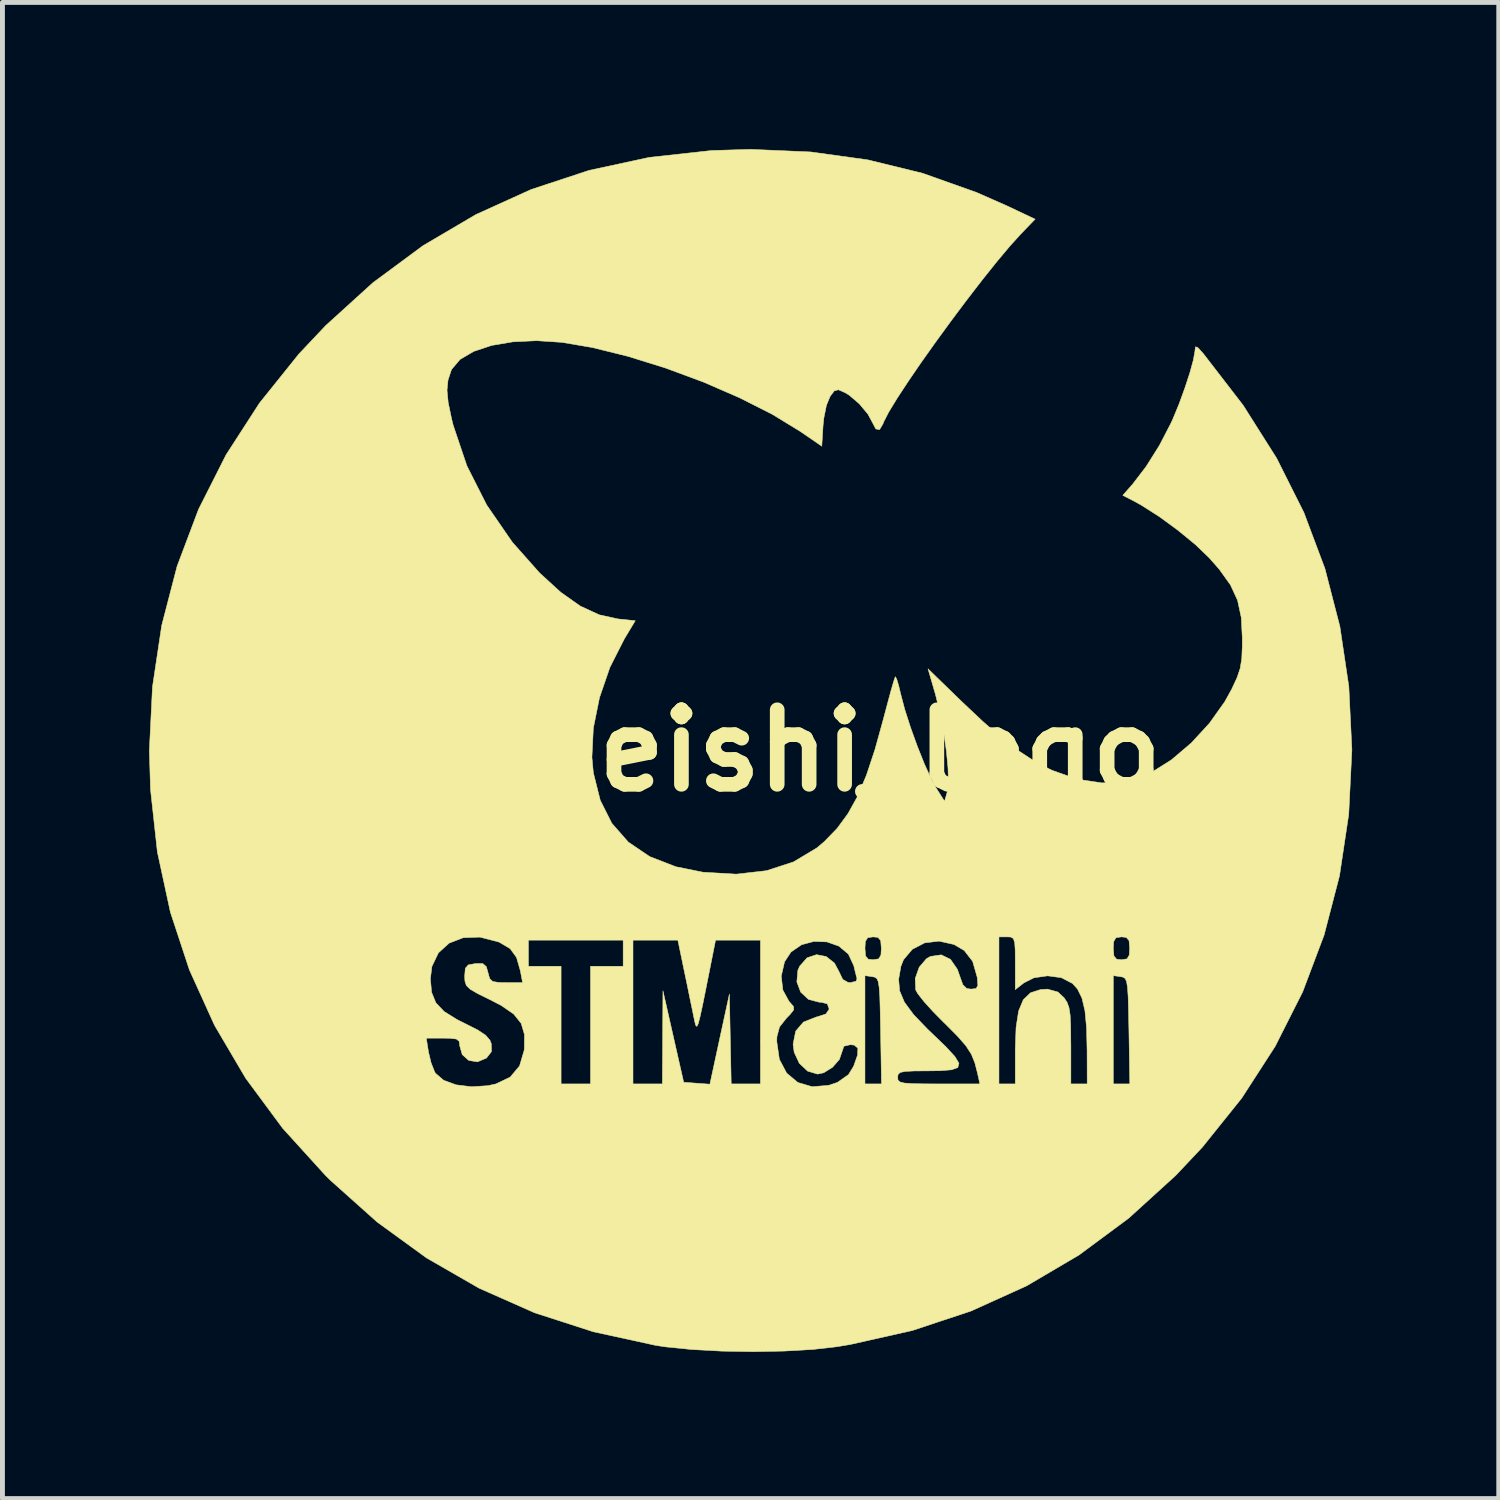
<source format=kicad_pcb>
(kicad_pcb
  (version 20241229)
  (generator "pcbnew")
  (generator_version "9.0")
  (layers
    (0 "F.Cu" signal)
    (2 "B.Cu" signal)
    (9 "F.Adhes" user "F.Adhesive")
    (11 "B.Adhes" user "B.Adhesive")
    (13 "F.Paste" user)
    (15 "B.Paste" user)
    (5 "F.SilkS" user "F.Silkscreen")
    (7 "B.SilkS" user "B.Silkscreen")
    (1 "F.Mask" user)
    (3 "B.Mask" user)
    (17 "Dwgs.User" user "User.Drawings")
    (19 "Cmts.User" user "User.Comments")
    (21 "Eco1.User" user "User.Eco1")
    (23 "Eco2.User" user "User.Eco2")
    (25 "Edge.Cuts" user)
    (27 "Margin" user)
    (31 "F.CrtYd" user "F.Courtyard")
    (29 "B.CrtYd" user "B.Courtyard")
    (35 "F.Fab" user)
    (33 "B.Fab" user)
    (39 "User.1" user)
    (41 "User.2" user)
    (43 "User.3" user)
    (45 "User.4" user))
  (footprint "st_meishi_logo"
    (layer "F.Cu")
    (at 12.304 12.304)
    (property "Reference" "st_meishi_logo" (at 0 0 0) (layer "F.SilkS") (effects (font (size 1.524 1.524) (thickness 0.3))))
    (attr through_hole)
    (fp_poly (pts (xy 1.228 -12.246) (xy 2.393 -12.085) (xy 3.518 -11.81) (xy 4.623 -11.417) (xy 5.233 -11.148) (xy 5.82 -10.871) (xy 5.526 -10.566) (xy 5.302 -10.319) (xy 5.035 -10) (xy 4.737 -9.627) (xy 4.42 -9.216) (xy 4.097 -8.785) (xy 3.78 -8.35) (xy 3.482 -7.93) (xy 3.215 -7.539) (xy 2.991 -7.197) (xy 2.822 -6.919) (xy 2.722 -6.723) (xy 2.707 -6.683) (xy 2.638 -6.566) (xy 2.561 -6.58) (xy 2.506 -6.685) (xy 2.4 -6.882) (xy 2.223 -7.094) (xy 2.019 -7.269) (xy 1.932 -7.322) (xy 1.795 -7.382) (xy 1.711 -7.358) (xy 1.625 -7.243) (xy 1.551 -7.063) (xy 1.498 -6.802) (xy 1.482 -6.646) (xy 1.456 -6.227) (xy 1.016 -6.529) (xy 0.445 -6.878) (xy -0.227 -7.218) (xy -0.964 -7.538) (xy -1.735 -7.824) (xy -2.505 -8.064) (xy -3.241 -8.246) (xy -3.861 -8.351) (xy -4.376 -8.385) (xy -4.861 -8.362) (xy -5.297 -8.288) (xy -5.664 -8.166) (xy -5.942 -8.003) (xy -6.113 -7.802) (xy -6.126 -7.773) (xy -6.19 -7.577) (xy -6.21 -7.371) (xy -6.186 -7.12) (xy -6.117 -6.789) (xy -6.085 -6.659) (xy -5.804 -5.826) (xy -5.398 -5.023) (xy -4.875 -4.264) (xy -4.317 -3.635) (xy -3.884 -3.239) (xy -3.483 -2.956) (xy -3.097 -2.778) (xy -2.709 -2.693) (xy -2.708 -2.693) (xy -2.359 -2.657) (xy -2.583 -2.285) (xy -2.878 -1.703) (xy -3.091 -1.084) (xy -3.217 -0.46) (xy -3.246 0.137) (xy -3.217 0.452) (xy -3.076 1.015) (xy -2.838 1.488) (xy -2.501 1.872) (xy -2.064 2.168) (xy -1.527 2.376) (xy -0.976 2.487) (xy -0.294 2.527) (xy 0.326 2.456) (xy 0.879 2.276) (xy 1.357 1.989) (xy 1.508 1.861) (xy 1.769 1.592) (xy 1.992 1.289) (xy 2.19 0.932) (xy 2.37 0.501) (xy 2.544 -0.023) (xy 2.71 -0.623) (xy 2.795 -0.943) (xy 2.868 -1.214) (xy 2.925 -1.41) (xy 2.957 -1.506) (xy 2.96 -1.512) (xy 2.987 -1.467) (xy 3.03 -1.324) (xy 3.071 -1.153) (xy 3.153 -0.842) (xy 3.271 -0.475) (xy 3.41 -0.09) (xy 3.556 0.275) (xy 3.695 0.581) (xy 3.796 0.766) (xy 3.967 1.036) (xy 4.025 0.836) (xy 4.046 0.644) (xy 4.038 0.356) (xy 4.004 0.002) (xy 3.948 -0.385) (xy 3.874 -0.773) (xy 3.786 -1.13) (xy 3.78 -1.153) (xy 3.629 -1.673) (xy 4.304 -1.017) (xy 4.745 -0.601) (xy 5.123 -0.27) (xy 5.461 -0.009) (xy 5.781 0.2) (xy 6.106 0.374) (xy 6.171 0.405) (xy 6.675 0.584) (xy 7.19 0.661) (xy 7.679 0.631) (xy 7.796 0.606) (xy 8.194 0.45) (xy 8.608 0.189) (xy 9.013 -0.155) (xy 9.385 -0.559) (xy 9.699 -1) (xy 9.843 -1.261) (xy 9.95 -1.491) (xy 10.014 -1.681) (xy 10.047 -1.881) (xy 10.058 -2.141) (xy 10.058 -2.305) (xy 10.036 -2.725) (xy 9.961 -3.074) (xy 9.816 -3.389) (xy 9.585 -3.711) (xy 9.381 -3.943) (xy 9.1 -4.213) (xy 8.744 -4.505) (xy 8.359 -4.787) (xy 7.99 -5.022) (xy 7.834 -5.108) (xy 7.613 -5.221) (xy 7.815 -5.451) (xy 8.09 -5.81) (xy 8.364 -6.246) (xy 8.604 -6.709) (xy 8.639 -6.787) (xy 8.764 -7.09) (xy 8.882 -7.414) (xy 8.984 -7.725) (xy 9.056 -7.988) (xy 9.089 -8.169) (xy 9.09 -8.188) (xy 9.101 -8.261) (xy 9.148 -8.244) (xy 9.252 -8.13) (xy 9.26 -8.121) (xy 10.076 -7.063) (xy 10.761 -5.98) (xy 11.318 -4.869) (xy 11.748 -3.723) (xy 12.054 -2.538) (xy 12.237 -1.309) (xy 12.299 -0.029) (xy 12.299 0) (xy 12.235 1.302) (xy 12.046 2.561) (xy 11.731 3.773) (xy 11.292 4.937) (xy 10.73 6.05) (xy 10.046 7.109) (xy 9.241 8.112) (xy 8.693 8.693) (xy 7.734 9.565) (xy 6.719 10.317) (xy 5.646 10.949) (xy 4.511 11.463) (xy 3.309 11.862) (xy 2.039 12.148) (xy 1.763 12.194) (xy 1.27 12.25) (xy 0.685 12.283) (xy 0.051 12.295) (xy -0.592 12.284) (xy -1.202 12.251) (xy -1.739 12.197) (xy -1.938 12.167) (xy -3.217 11.888) (xy -4.42 11.499) (xy -5.555 10.996) (xy -6.627 10.379) (xy -7.64 9.643) (xy -8.6 8.785) (xy -8.693 8.693) (xy -9.571 7.726) (xy -10.329 6.701) (xy -10.811 5.882) (xy -6.634 5.882) (xy -6.589 6.166) (xy -6.537 6.383) (xy -6.465 6.567) (xy -6.447 6.599) (xy -6.28 6.743) (xy -6.023 6.837) (xy -5.708 6.876) (xy -5.373 6.854) (xy -5.209 6.818) (xy -4.918 6.679) (xy -4.726 6.45) (xy -4.632 6.131) (xy -4.628 6.096) (xy -4.626 5.807) (xy -4.693 5.58) (xy -4.845 5.39) (xy -5.101 5.213) (xy -5.334 5.093) (xy -5.584 4.97) (xy -5.736 4.881) (xy -5.815 4.804) (xy -5.844 4.715) (xy -5.849 4.612) (xy -5.836 4.453) (xy -5.774 4.383) (xy -5.631 4.357) (xy -5.477 4.357) (xy -5.405 4.421) (xy -5.372 4.541) (xy -5.338 4.663) (xy -5.276 4.723) (xy -5.145 4.744) (xy -4.997 4.746) (xy -4.664 4.746) (xy -4.71 4.504) (xy -4.788 4.231) (xy -4.919 4.051) (xy -5.131 3.925) (xy -5.164 3.911) (xy -5.298 3.877) (xy -4.545 3.877) (xy -4.545 4.412) (xy -3.877 4.412) (xy -3.877 6.818) (xy -3.275 6.818) (xy -3.275 4.412) (xy -2.607 4.412) (xy -2.607 3.877) (xy -2.406 3.877) (xy -2.406 6.818) (xy -1.805 6.818) (xy -1.799 5.865) (xy -1.793 4.913) (xy -1.581 5.849) (xy -1.369 6.784) (xy -0.833 6.824) (xy -0.634 5.902) (xy -0.434 4.98) (xy -0.397 6.818) (xy 0.201 6.818) (xy 0.201 5.95) (xy 0.535 5.95) (xy 0.588 6.315) (xy 0.738 6.598) (xy 0.967 6.789) (xy 1.259 6.875) (xy 1.597 6.847) (xy 1.684 6.818) (xy 2.339 6.818) (xy 2.677 6.818) (xy 2.675 6.684) (xy 3.008 6.684) (xy 3.015 6.74) (xy 3.053 6.777) (xy 3.141 6.8) (xy 3.302 6.812) (xy 3.558 6.817) (xy 3.849 6.818) (xy 4.69 6.818) (xy 4.642 6.601) (xy 4.587 6.386) (xy 4.515 6.209) (xy 4.405 6.039) (xy 4.237 5.846) (xy 3.992 5.599) (xy 3.948 5.557) (xy 3.728 5.334) (xy 3.544 5.13) (xy 3.419 4.971) (xy 3.377 4.895) (xy 3.367 4.662) (xy 3.448 4.432) (xy 3.598 4.256) (xy 3.679 4.21) (xy 3.9 4.178) (xy 4.088 4.269) (xy 4.23 4.474) (xy 4.278 4.612) (xy 4.341 4.788) (xy 4.421 4.866) (xy 4.51 4.879) (xy 4.613 4.867) (xy 4.649 4.803) (xy 4.637 4.651) (xy 4.633 4.629) (xy 4.542 4.311) (xy 4.37 4.089) (xy 4.162 3.966) (xy 3.854 3.897) (xy 3.56 3.933) (xy 3.308 4.064) (xy 3.128 4.277) (xy 3.074 4.414) (xy 3.028 4.677) (xy 3.048 4.913) (xy 3.146 5.146) (xy 3.333 5.399) (xy 3.618 5.696) (xy 3.706 5.78) (xy 3.994 6.057) (xy 4.179 6.258) (xy 4.262 6.396) (xy 4.239 6.483) (xy 4.112 6.529) (xy 3.878 6.548) (xy 3.643 6.551) (xy 3.348 6.553) (xy 3.161 6.562) (xy 3.059 6.584) (xy 3.016 6.625) (xy 3.008 6.684) (xy 2.675 6.684) (xy 2.659 5.732) (xy 2.651 5.328) (xy 2.643 5.039) (xy 2.63 4.845) (xy 2.611 4.726) (xy 2.582 4.662) (xy 2.539 4.634) (xy 2.49 4.624) (xy 2.339 4.603) (xy 2.339 6.818) (xy 1.684 6.818) (xy 1.776 6.787) (xy 2.002 6.628) (xy 2.108 6.455) (xy 2.189 6.224) (xy 2.194 6.086) (xy 2.119 6.024) (xy 2.039 6.016) (xy 1.908 6.047) (xy 1.872 6.153) (xy 1.815 6.319) (xy 1.674 6.479) (xy 1.495 6.59) (xy 1.37 6.617) (xy 1.166 6.556) (xy 0.996 6.396) (xy 0.891 6.17) (xy 0.869 6.006) (xy 0.922 5.739) (xy 1.081 5.553) (xy 1.348 5.448) (xy 1.367 5.444) (xy 1.539 5.388) (xy 1.602 5.298) (xy 1.604 5.273) (xy 1.568 5.179) (xy 1.441 5.147) (xy 1.406 5.147) (xy 1.184 5.089) (xy 1.024 4.94) (xy 0.946 4.731) (xy 0.966 4.497) (xy 1.004 4.409) (xy 1.156 4.238) (xy 1.348 4.174) (xy 1.546 4.212) (xy 1.716 4.347) (xy 1.807 4.519) (xy 1.885 4.681) (xy 1.994 4.742) (xy 2.042 4.746) (xy 2.159 4.717) (xy 2.176 4.662) (xy 2.143 4.537) (xy 2.11 4.397) (xy 2 4.162) (xy 1.859 4.044) (xy 2.339 4.044) (xy 2.352 4.202) (xy 2.408 4.267) (xy 2.507 4.278) (xy 2.62 4.26) (xy 2.666 4.182) (xy 2.674 4.044) (xy 2.661 3.886) (xy 2.605 3.821) (xy 2.507 3.81) (xy 5.08 3.81) (xy 5.08 6.818) (xy 5.414 6.818) (xy 5.414 6.113) (xy 5.43 5.662) (xy 5.482 5.327) (xy 5.578 5.096) (xy 5.726 4.954) (xy 5.931 4.888) (xy 6.073 4.879) (xy 6.286 4.938) (xy 6.412 5.056) (xy 6.472 5.146) (xy 6.512 5.255) (xy 6.536 5.409) (xy 6.547 5.638) (xy 6.55 5.968) (xy 6.551 6.025) (xy 6.551 6.818) (xy 6.885 6.818) (xy 7.419 6.818) (xy 7.757 6.818) (xy 7.739 5.732) (xy 7.731 5.328) (xy 7.723 5.039) (xy 7.71 4.845) (xy 7.691 4.726) (xy 7.662 4.662) (xy 7.619 4.634) (xy 7.57 4.624) (xy 7.419 4.603) (xy 7.419 6.818) (xy 6.885 6.818) (xy 6.883 6.133) (xy 6.872 5.671) (xy 6.839 5.321) (xy 6.778 5.063) (xy 6.687 4.877) (xy 6.584 4.763) (xy 6.357 4.645) (xy 6.076 4.607) (xy 5.796 4.647) (xy 5.59 4.751) (xy 5.414 4.889) (xy 5.414 4.35) (xy 5.412 4.083) (xy 5.41 4.044) (xy 7.419 4.044) (xy 7.432 4.202) (xy 7.488 4.267) (xy 7.587 4.278) (xy 7.7 4.26) (xy 7.746 4.182) (xy 7.754 4.044) (xy 7.741 3.886) (xy 7.685 3.821) (xy 7.587 3.81) (xy 7.474 3.827) (xy 7.427 3.906) (xy 7.419 4.044) (xy 5.41 4.044) (xy 5.402 3.923) (xy 5.373 3.842) (xy 5.319 3.813) (xy 5.247 3.81) (xy 5.08 3.81) (xy 2.507 3.81) (xy 2.394 3.827) (xy 2.347 3.906) (xy 2.339 4.044) (xy 1.859 4.044) (xy 1.807 4) (xy 1.562 3.913) (xy 1.297 3.903) (xy 1.042 3.971) (xy 0.826 4.12) (xy 0.694 4.32) (xy 0.627 4.613) (xy 0.659 4.897) (xy 0.785 5.128) (xy 0.803 5.148) (xy 0.878 5.234) (xy 0.881 5.304) (xy 0.803 5.402) (xy 0.733 5.473) (xy 0.591 5.653) (xy 0.538 5.852) (xy 0.535 5.95) (xy 0.201 5.95) (xy 0.201 3.877) (xy -0.717 3.877) (xy -0.906 4.829) (xy -0.98 5.195) (xy -1.034 5.444) (xy -1.072 5.588) (xy -1.1 5.642) (xy -1.123 5.62) (xy -1.145 5.535) (xy -1.149 5.514) (xy -1.186 5.333) (xy -1.242 5.065) (xy -1.306 4.751) (xy -1.346 4.562) (xy -1.488 3.877) (xy -2.406 3.877) (xy -2.607 3.877) (xy -4.545 3.877) (xy -5.298 3.877) (xy -5.537 3.815) (xy -5.877 3.827) (xy -6.166 3.938) (xy -6.386 4.137) (xy -6.519 4.415) (xy -6.55 4.666) (xy -6.526 4.943) (xy -6.439 5.158) (xy -6.269 5.337) (xy -5.997 5.506) (xy -5.85 5.579) (xy -5.584 5.713) (xy -5.42 5.822) (xy -5.332 5.924) (xy -5.305 5.994) (xy -5.3 6.157) (xy -5.402 6.287) (xy -5.407 6.291) (xy -5.588 6.367) (xy -5.766 6.337) (xy -5.899 6.218) (xy -5.949 6.041) (xy -5.961 5.947) (xy -6.018 5.9) (xy -6.155 5.884) (xy -6.292 5.882) (xy -6.634 5.882) (xy -10.811 5.882) (xy -10.965 5.62) (xy -11.479 4.487) (xy -11.869 3.304) (xy -12.135 2.073) (xy -12.275 0.797) (xy -12.299 0) (xy -12.235 -1.302) (xy -12.046 -2.561) (xy -11.731 -3.773) (xy -11.292 -4.937) (xy -10.73 -6.05) (xy -10.046 -7.109) (xy -9.241 -8.112) (xy -8.693 -8.693) (xy -7.726 -9.571) (xy -6.701 -10.329) (xy -5.62 -10.965) (xy -4.487 -11.479) (xy -3.304 -11.869) (xy -2.073 -12.135) (xy -0.797 -12.275) (xy 0 -12.299) (xy 1.228 -12.246)) (stroke (width 0.01) (type solid)) (fill yes) (layer "F.SilkS")))
  (gr_rect
    (start -3 -3)
    (end 27.608 27.604)
    (stroke (width 0.1) (type default))
    (fill no)
    (layer "Edge.Cuts")))
</source>
